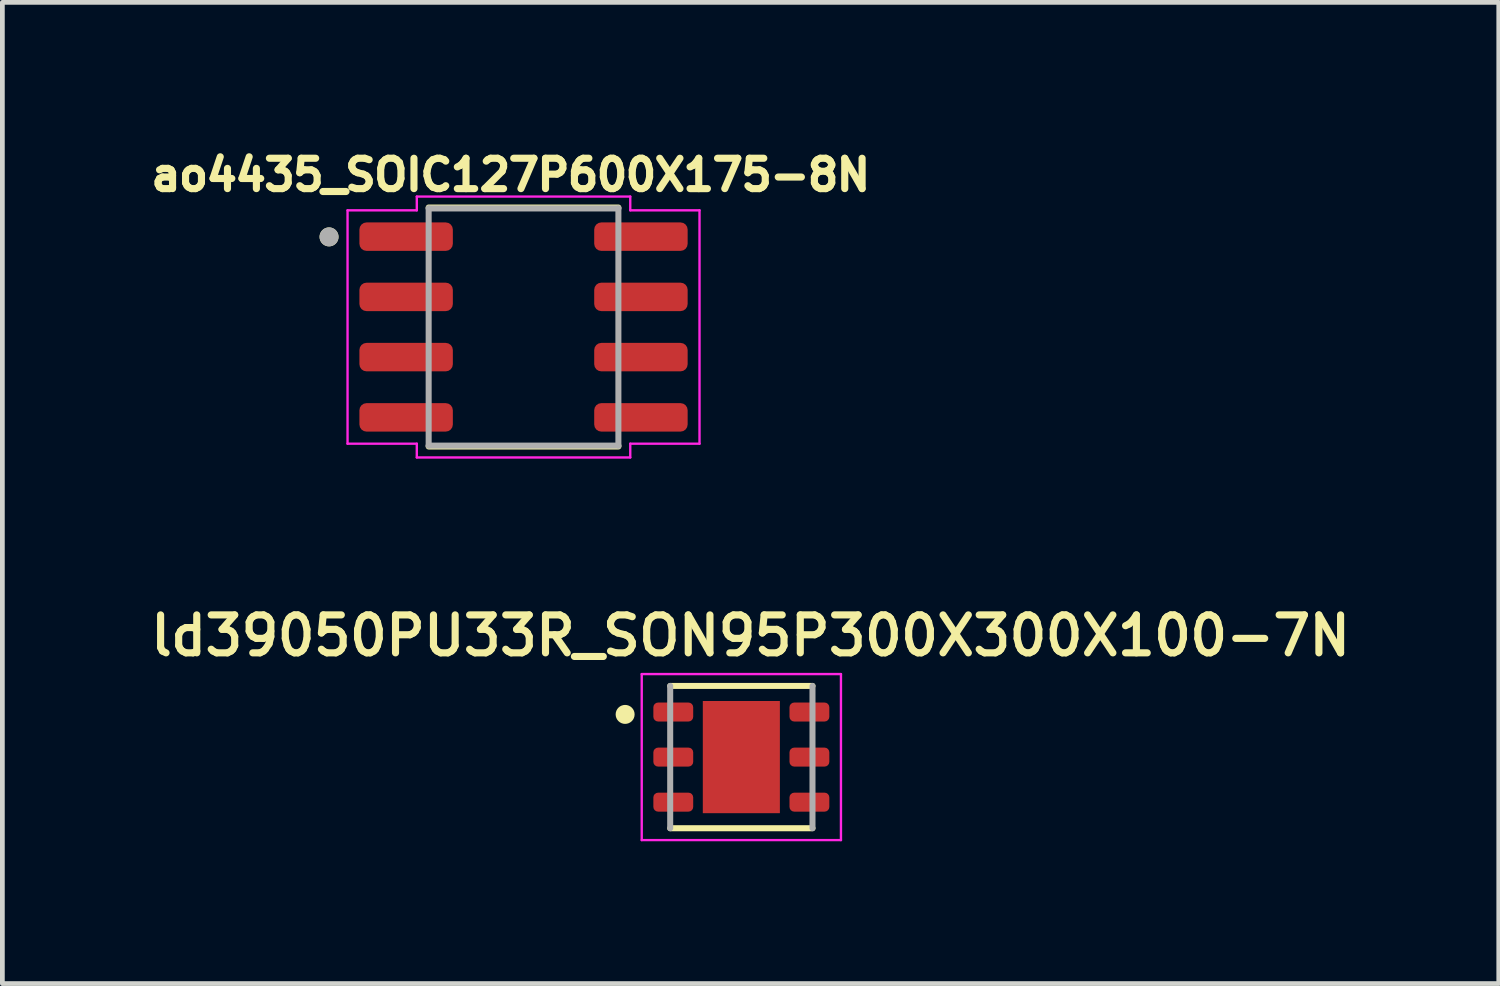
<source format=kicad_pcb>
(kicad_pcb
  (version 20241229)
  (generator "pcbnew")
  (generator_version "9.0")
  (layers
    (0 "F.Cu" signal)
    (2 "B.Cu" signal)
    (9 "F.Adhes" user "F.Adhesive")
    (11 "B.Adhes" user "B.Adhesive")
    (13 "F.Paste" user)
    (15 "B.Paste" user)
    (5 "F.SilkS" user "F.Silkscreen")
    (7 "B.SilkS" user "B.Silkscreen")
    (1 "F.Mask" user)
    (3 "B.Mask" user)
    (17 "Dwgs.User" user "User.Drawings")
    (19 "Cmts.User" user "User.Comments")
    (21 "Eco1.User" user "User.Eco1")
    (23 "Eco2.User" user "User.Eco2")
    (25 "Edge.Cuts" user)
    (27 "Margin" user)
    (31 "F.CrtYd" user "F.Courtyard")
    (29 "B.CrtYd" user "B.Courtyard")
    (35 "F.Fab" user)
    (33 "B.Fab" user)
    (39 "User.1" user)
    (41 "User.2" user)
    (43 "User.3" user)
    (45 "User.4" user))
  (footprint "ao4435_SOIC127P600X175-8N"
    (layer "F.Cu")
    (at 7.987 3.844)
    (property "Reference" "ao4435_SOIC127P600X175-8N" (at -0.268 -3.206 0) (layer "F.SilkS") (effects (font (size 0.64 0.64) (thickness 0.15))))
    (attr smd)
    (fp_line (start -2 -2.519) (end 2 -2.519) (stroke (width 0.127) (type solid)) (layer "F.SilkS"))
    (fp_line (start -2 2.519) (end 2 2.519) (stroke (width 0.127) (type solid)) (layer "F.SilkS"))
    (fp_circle (center -4.1 -1.9) (end -4 -1.9) (stroke (width 0.2) (type solid)) (fill no) (layer "F.SilkS"))
    (fp_line (start -3.71 -2.46) (end -2.25 -2.46) (stroke (width 0.05) (type solid)) (layer "F.CrtYd"))
    (fp_line (start -3.71 2.46) (end -3.71 -2.46) (stroke (width 0.05) (type solid)) (layer "F.CrtYd"))
    (fp_line (start -2.25 -2.75) (end 2.25 -2.75) (stroke (width 0.05) (type solid)) (layer "F.CrtYd"))
    (fp_line (start -2.25 -2.46) (end -2.25 -2.75) (stroke (width 0.05) (type solid)) (layer "F.CrtYd"))
    (fp_line (start -2.25 2.46) (end -3.71 2.46) (stroke (width 0.05) (type solid)) (layer "F.CrtYd"))
    (fp_line (start -2.25 2.75) (end -2.25 2.46) (stroke (width 0.05) (type solid)) (layer "F.CrtYd"))
    (fp_line (start 2.25 -2.75) (end 2.25 -2.46) (stroke (width 0.05) (type solid)) (layer "F.CrtYd"))
    (fp_line (start 2.25 -2.46) (end 3.71 -2.46) (stroke (width 0.05) (type solid)) (layer "F.CrtYd"))
    (fp_line (start 2.25 2.46) (end 2.25 2.75) (stroke (width 0.05) (type solid)) (layer "F.CrtYd"))
    (fp_line (start 2.25 2.75) (end -2.25 2.75) (stroke (width 0.05) (type solid)) (layer "F.CrtYd"))
    (fp_line (start 3.71 -2.46) (end 3.71 2.46) (stroke (width 0.05) (type solid)) (layer "F.CrtYd"))
    (fp_line (start 3.71 2.46) (end 2.25 2.46) (stroke (width 0.05) (type solid)) (layer "F.CrtYd"))
    (fp_line (start -2 -2.5) (end 2 -2.5) (stroke (width 0.127) (type solid)) (layer "F.Fab"))
    (fp_line (start -2 2.5) (end -2 -2.5) (stroke (width 0.127) (type solid)) (layer "F.Fab"))
    (fp_line (start 2 -2.5) (end 2 2.5) (stroke (width 0.127) (type solid)) (layer "F.Fab"))
    (fp_line (start 2 2.5) (end -2 2.5) (stroke (width 0.127) (type solid)) (layer "F.Fab"))
    (fp_circle (center -4.1 -1.9) (end -4 -1.9) (stroke (width 0.2) (type solid)) (fill no) (layer "F.Fab"))
    (pad "1" smd roundrect (at -2.475 -1.905) (size 1.97 0.6) (layers "F.Cu" "F.Mask" "F.Paste") (roundrect_rratio 0.25))
    (pad "2" smd roundrect (at -2.475 -0.635) (size 1.97 0.6) (layers "F.Cu" "F.Mask" "F.Paste") (roundrect_rratio 0.25))
    (pad "3" smd roundrect (at -2.475 0.635) (size 1.97 0.6) (layers "F.Cu" "F.Mask" "F.Paste") (roundrect_rratio 0.25))
    (pad "4" smd roundrect (at -2.475 1.905) (size 1.97 0.6) (layers "F.Cu" "F.Mask" "F.Paste") (roundrect_rratio 0.25))
    (pad "5" smd roundrect (at 2.475 1.905) (size 1.97 0.6) (layers "F.Cu" "F.Mask" "F.Paste") (roundrect_rratio 0.25))
    (pad "6" smd roundrect (at 2.475 0.635) (size 1.97 0.6) (layers "F.Cu" "F.Mask" "F.Paste") (roundrect_rratio 0.25))
    (pad "7" smd roundrect (at 2.475 -0.635) (size 1.97 0.6) (layers "F.Cu" "F.Mask" "F.Paste") (roundrect_rratio 0.25))
    (pad "8" smd roundrect (at 2.475 -1.905) (size 1.97 0.6) (layers "F.Cu" "F.Mask" "F.Paste") (roundrect_rratio 0.25)))
  (footprint "ld39050PU33R_SON95P300X300X100-7N"
    (layer "F.Cu")
    (at 12.579 12.911)
    (property "Reference" "ld39050PU33R_SON95P300X300X100-7N" (at 0.195 -2.56 0) (layer "F.SilkS") (effects (font (size 0.8 0.8) (thickness 0.15))))
    (attr smd)
    (fp_line (start -1.5 -1.5) (end 1.5 -1.5) (stroke (width 0.127) (type solid)) (layer "F.SilkS"))
    (fp_line (start 1.5 1.5) (end -1.5 1.5) (stroke (width 0.127) (type solid)) (layer "F.SilkS"))
    (fp_circle (center -2.45 -0.9) (end -2.35 -0.9) (stroke (width 0.2) (type solid)) (fill no) (layer "F.SilkS"))
    (fp_poly (pts (xy -0.57 -0.83) (xy 0.57 -0.83) (xy 0.57 0.83) (xy -0.57 0.83)) (stroke (width 0.01) (type solid)) (fill yes) (layer "F.Paste"))
    (fp_line (start -2.1 -1.75) (end 2.1 -1.75) (stroke (width 0.05) (type solid)) (layer "F.CrtYd"))
    (fp_line (start -2.1 1.75) (end -2.1 -1.75) (stroke (width 0.05) (type solid)) (layer "F.CrtYd"))
    (fp_line (start 2.1 -1.75) (end 2.1 1.75) (stroke (width 0.05) (type solid)) (layer "F.CrtYd"))
    (fp_line (start 2.1 1.75) (end -2.1 1.75) (stroke (width 0.05) (type solid)) (layer "F.CrtYd"))
    (fp_line (start -1.5 1.5) (end -1.5 -1.5) (stroke (width 0.127) (type solid)) (layer "F.Fab"))
    (fp_line (start 1.5 -1.5) (end 1.5 1.5) (stroke (width 0.127) (type solid)) (layer "F.Fab"))
    (pad "1" smd roundrect (at -1.435 -0.95) (size 0.84 0.4) (layers "F.Cu" "F.Mask" "F.Paste") (roundrect_rratio 0.25))
    (pad "2" smd roundrect (at -1.435 0) (size 0.84 0.4) (layers "F.Cu" "F.Mask" "F.Paste") (roundrect_rratio 0.25))
    (pad "3" smd roundrect (at -1.435 0.95) (size 0.84 0.4) (layers "F.Cu" "F.Mask" "F.Paste") (roundrect_rratio 0.25))
    (pad "4" smd roundrect (at 1.435 0.95) (size 0.84 0.4) (layers "F.Cu" "F.Mask" "F.Paste") (roundrect_rratio 0.25))
    (pad "5" smd roundrect (at 1.435 0) (size 0.84 0.4) (layers "F.Cu" "F.Mask" "F.Paste") (roundrect_rratio 0.25))
    (pad "6" smd roundrect (at 1.435 -0.95) (size 0.84 0.4) (layers "F.Cu" "F.Mask" "F.Paste") (roundrect_rratio 0.25))
    (pad "7" smd rect (at 0 0) (size 1.625 2.365) (layers "F.Cu" "F.Mask")))
  (gr_rect
    (start -3 -3)
    (end 28.547 17.686)
    (stroke (width 0.1) (type default))
    (fill no)
    (layer "Edge.Cuts")))
</source>
